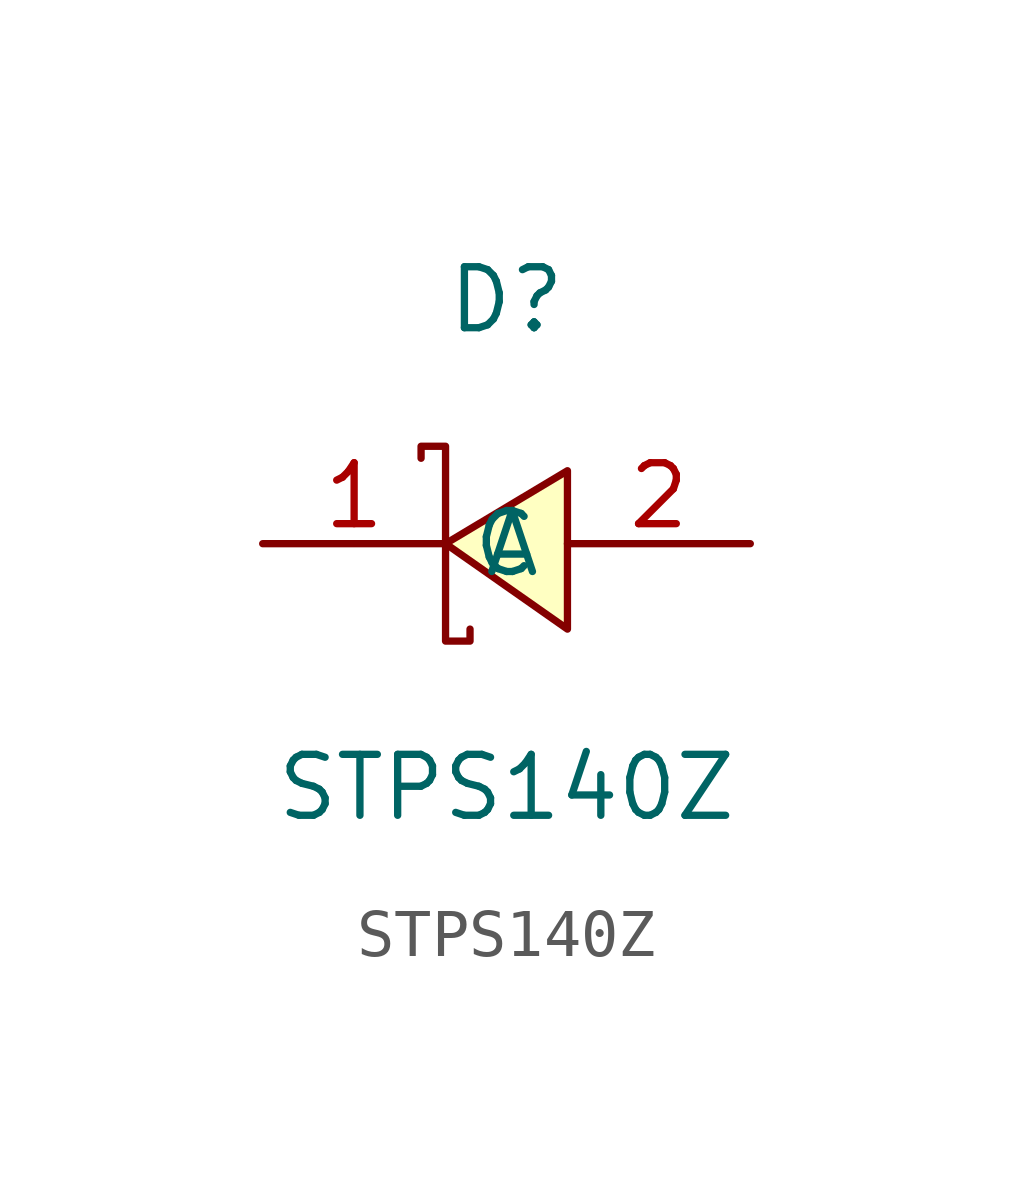
<source format=kicad_sym>
(kicad_symbol_lib
  (version 20211014)
  (generator https://github.com/uPesy/easyeda2kicad.py)
  (symbol "STPS140Z"
    (property "Reference" "D"
      (at 0 5.08 0)
      (effects (font (size 1.27 1.27))))
    (property "Value" "STPS140Z"
      (at 0 -5.08 0)
      (effects (font (size 1.27 1.27))))
    (symbol "STPS140Z_0_1"
      (polyline (pts (xy 1.27 1.52) (xy -1.27 -0.00) (xy 1.27 -1.78) (xy 1.27 1.52)) (stroke (width 0) (type default) (color 0 0 0 0)) (fill (type background)))
      (polyline (pts (xy -1.78 1.78) (xy -1.78 2.03) (xy -1.27 2.03) (xy -1.27 -2.03) (xy -0.76 -2.03) (xy -0.76 -1.78)) (stroke (width 0) (type default) (color 0 0 0 0)) (fill (type none)))
      (pin unspecified line (at 5.08 -0.00 180) (length 3.81) (name "A" (effects (font (size 1.27 1.27)))) (number "2" (effects (font (size 1.27 1.27)))))
      (pin unspecified line (at -5.08 -0.00 0) (length 3.81) (name "C" (effects (font (size 1.27 1.27)))) (number "1" (effects (font (size 1.27 1.27))))))))
</source>
